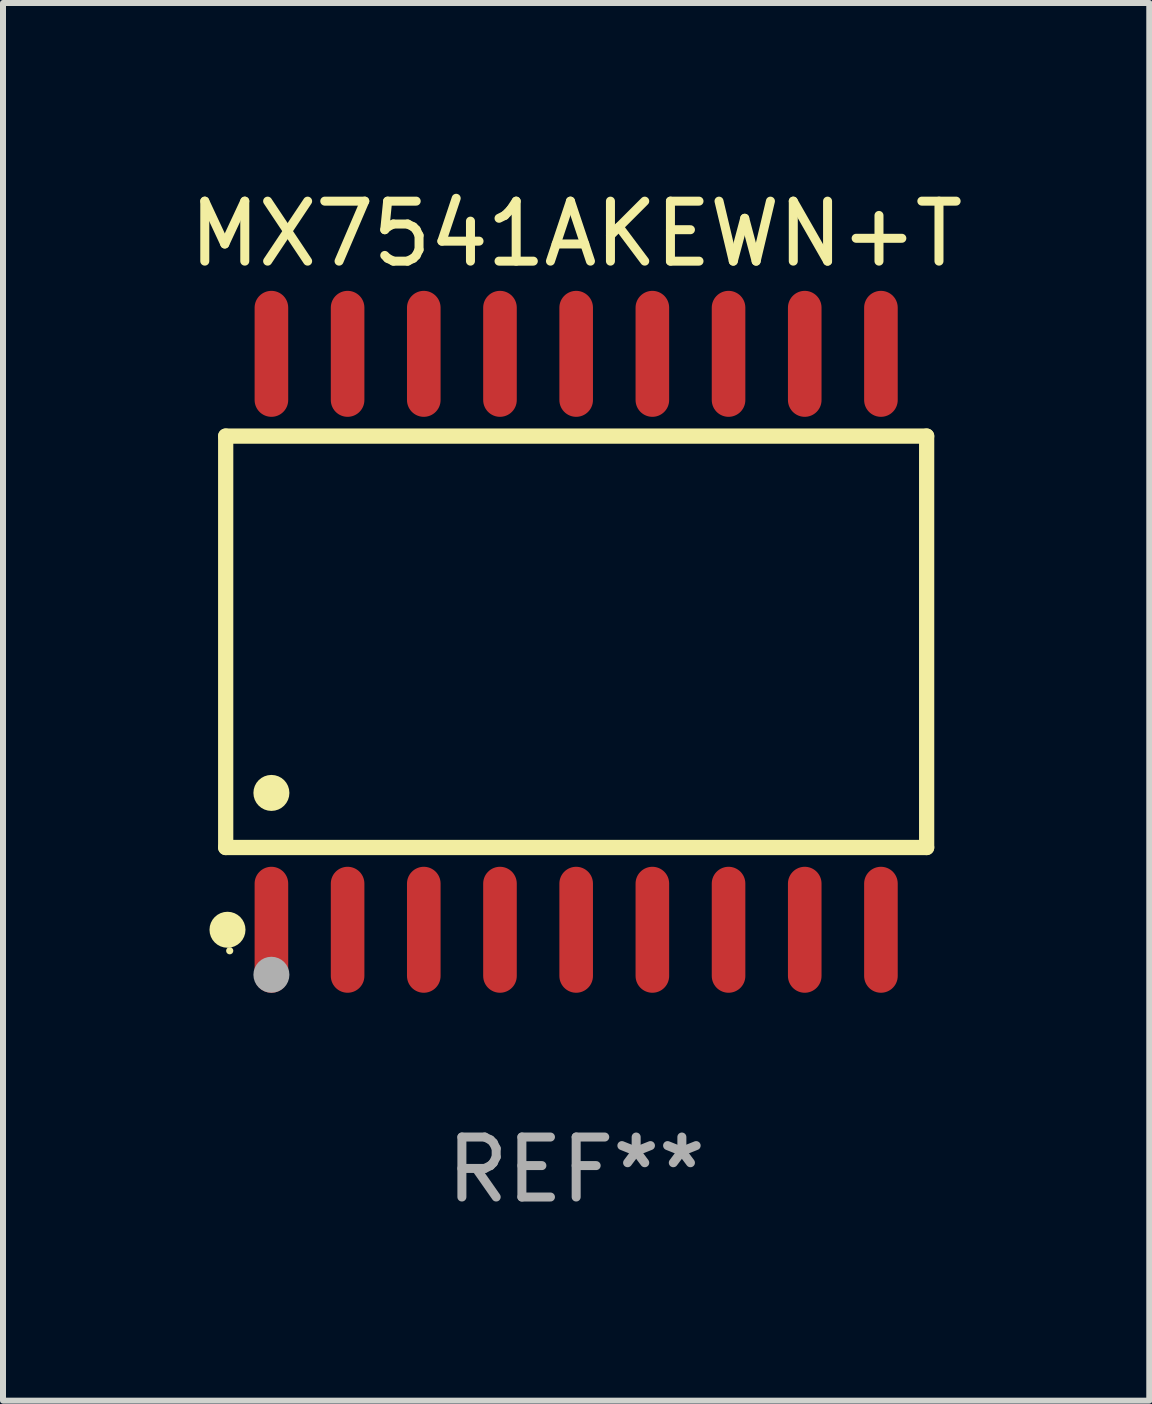
<source format=kicad_pcb>
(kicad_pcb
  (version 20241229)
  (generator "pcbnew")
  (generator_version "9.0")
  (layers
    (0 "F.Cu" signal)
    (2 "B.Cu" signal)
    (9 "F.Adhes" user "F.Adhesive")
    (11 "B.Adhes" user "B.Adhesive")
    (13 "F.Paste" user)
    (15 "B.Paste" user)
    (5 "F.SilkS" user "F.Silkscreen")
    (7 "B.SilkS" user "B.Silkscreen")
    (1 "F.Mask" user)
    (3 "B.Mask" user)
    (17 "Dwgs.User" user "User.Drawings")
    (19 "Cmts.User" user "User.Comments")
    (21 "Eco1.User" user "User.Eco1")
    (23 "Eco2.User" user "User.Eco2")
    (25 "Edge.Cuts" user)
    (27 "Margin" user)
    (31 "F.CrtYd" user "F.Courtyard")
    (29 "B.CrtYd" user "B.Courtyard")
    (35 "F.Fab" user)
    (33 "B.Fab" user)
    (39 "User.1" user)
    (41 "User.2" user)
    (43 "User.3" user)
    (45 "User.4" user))
  (footprint "MX7541AKEWN+T"
    (layer "F.Cu")
    (at 6.554 7.648)
    (property "Reference" "MX7541AKEWN+T" (at 0 -6.8 0) (layer "F.SilkS") (effects (font (size 1 1) (thickness 0.15))))
    (attr through_hole)
    (fp_line (start -5.842 -3.429) (end -5.842 3.429) (stroke (width 0.254) (type solid)) (layer "F.SilkS"))
    (fp_line (start -5.842 3.429) (end 5.842 3.429) (stroke (width 0.254) (type solid)) (layer "F.SilkS"))
    (fp_line (start 5.842 -3.429) (end -5.842 -3.429) (stroke (width 0.254) (type solid)) (layer "F.SilkS"))
    (fp_line (start 5.842 3.429) (end 5.842 -3.429) (stroke (width 0.254) (type solid)) (layer "F.SilkS"))
    (fp_circle (center -5.812 4.8) (end -5.662 4.8) (stroke (width 0.3) (type solid)) (fill no) (layer "F.SilkS"))
    (fp_circle (center -5.775 5.15) (end -5.745 5.15) (stroke (width 0.06) (type solid)) (fill no) (layer "F.SilkS"))
    (fp_circle (center -5.08 2.519) (end -4.93 2.519) (stroke (width 0.3) (type solid)) (fill no) (layer "F.SilkS"))
    (fp_circle (center -5.08 5.55) (end -4.93 5.55) (stroke (width 0.3) (type solid)) (fill no) (layer "F.Fab"))
    (fp_text user "REF**" (at 0 8.8 0) (layer "F.Fab") (effects (font (size 1 1) (thickness 0.15))))
    (pad "1" smd oval (at -5.08 4.8) (size 0.56 2.1) (layers "F.Cu" "F.Mask" "F.Paste"))
    (pad "2" smd oval (at -3.81 4.8) (size 0.56 2.1) (layers "F.Cu" "F.Mask" "F.Paste"))
    (pad "3" smd oval (at -2.54 4.8) (size 0.56 2.1) (layers "F.Cu" "F.Mask" "F.Paste"))
    (pad "4" smd oval (at -1.27 4.8) (size 0.56 2.1) (layers "F.Cu" "F.Mask" "F.Paste"))
    (pad "5" smd oval (at 0 4.8) (size 0.56 2.1) (layers "F.Cu" "F.Mask" "F.Paste"))
    (pad "6" smd oval (at 1.27 4.8) (size 0.56 2.1) (layers "F.Cu" "F.Mask" "F.Paste"))
    (pad "7" smd oval (at 2.54 4.8) (size 0.56 2.1) (layers "F.Cu" "F.Mask" "F.Paste"))
    (pad "8" smd oval (at 3.81 4.8) (size 0.56 2.1) (layers "F.Cu" "F.Mask" "F.Paste"))
    (pad "9" smd oval (at 5.08 4.8) (size 0.56 2.1) (layers "F.Cu" "F.Mask" "F.Paste"))
    (pad "10" smd oval (at 5.08 -4.8) (size 0.56 2.1) (layers "F.Cu" "F.Mask" "F.Paste"))
    (pad "11" smd oval (at 3.81 -4.8) (size 0.56 2.1) (layers "F.Cu" "F.Mask" "F.Paste"))
    (pad "12" smd oval (at 2.54 -4.8) (size 0.56 2.1) (layers "F.Cu" "F.Mask" "F.Paste"))
    (pad "13" smd oval (at 1.27 -4.8) (size 0.56 2.1) (layers "F.Cu" "F.Mask" "F.Paste"))
    (pad "14" smd oval (at 0 -4.8) (size 0.56 2.1) (layers "F.Cu" "F.Mask" "F.Paste"))
    (pad "15" smd oval (at -1.27 -4.8) (size 0.56 2.1) (layers "F.Cu" "F.Mask" "F.Paste"))
    (pad "16" smd oval (at -2.54 -4.8) (size 0.56 2.1) (layers "F.Cu" "F.Mask" "F.Paste"))
    (pad "17" smd oval (at -3.81 -4.8) (size 0.56 2.1) (layers "F.Cu" "F.Mask" "F.Paste"))
    (pad "18" smd oval (at -5.08 -4.8) (size 0.56 2.1) (layers "F.Cu" "F.Mask" "F.Paste")))
  (gr_rect
    (start -3 -3)
    (end 16.107 20.297)
    (stroke (width 0.1) (type default))
    (fill no)
    (layer "Edge.Cuts")))
</source>
